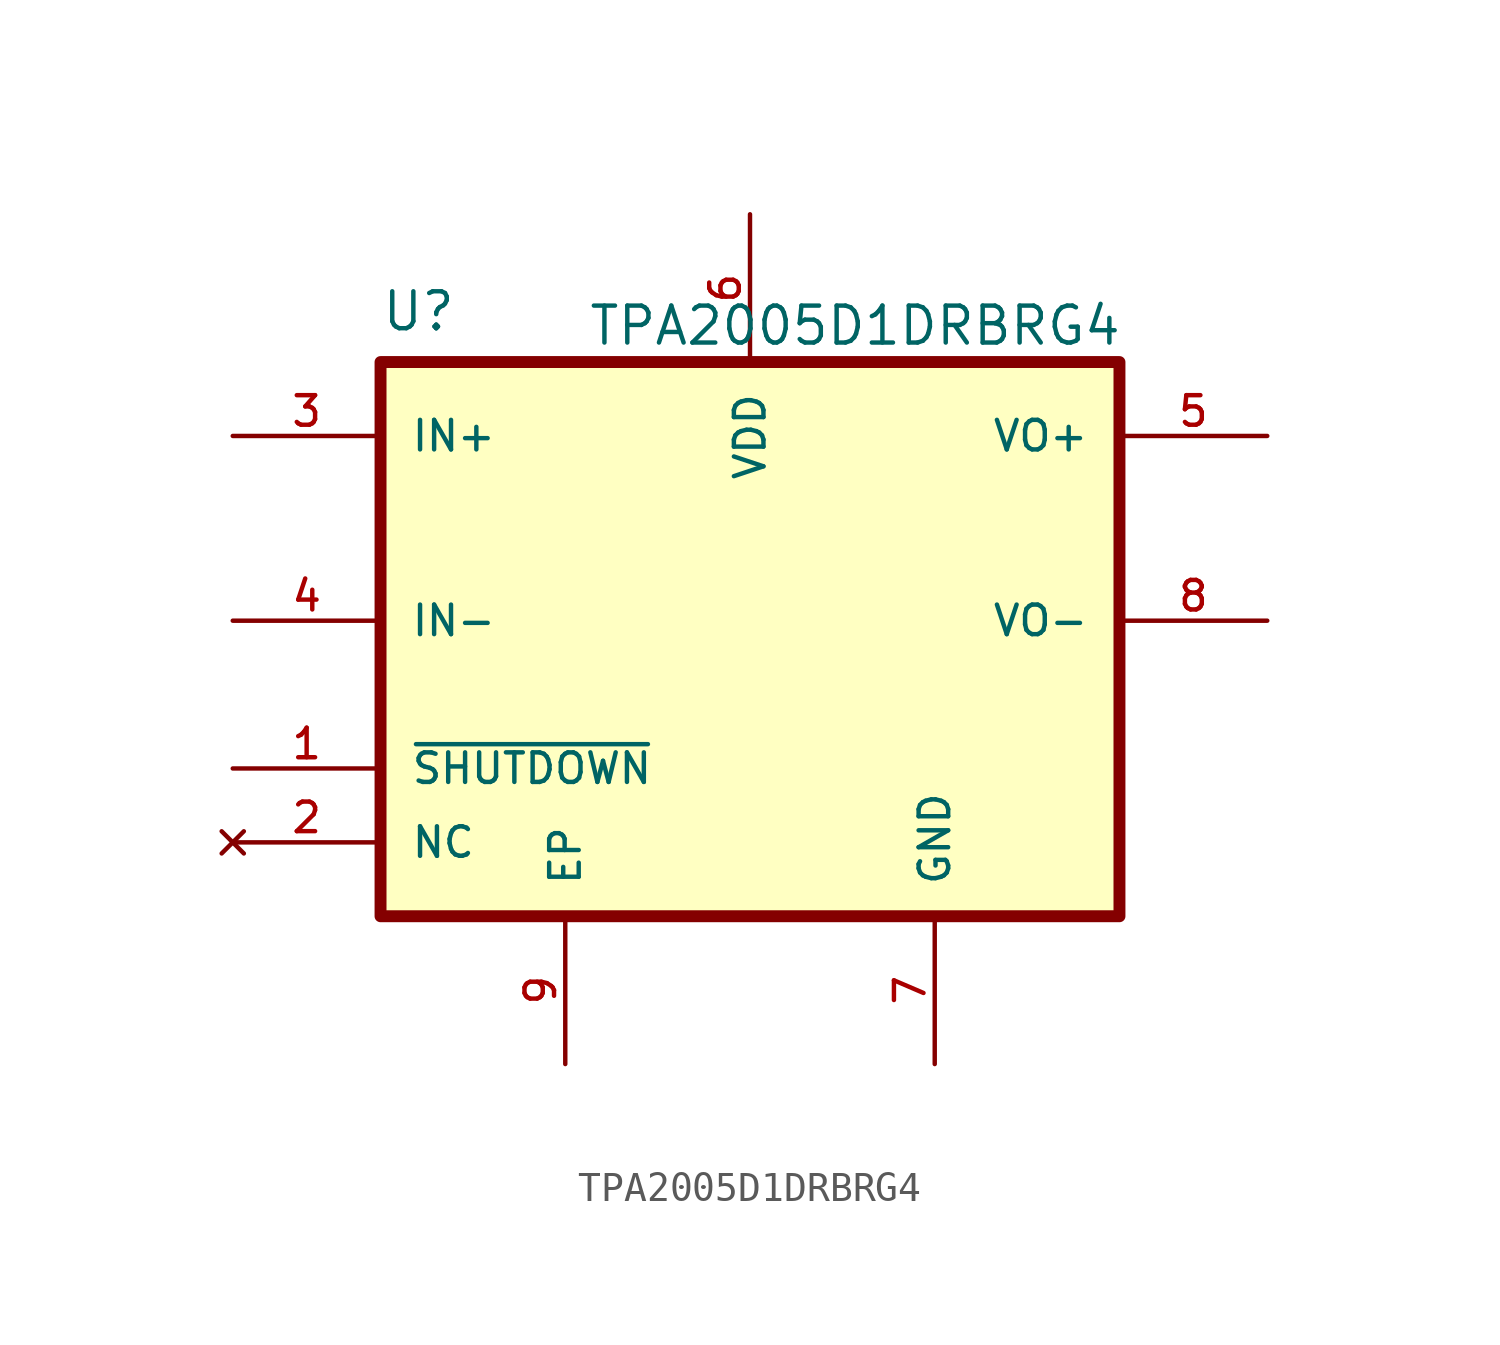
<source format=kicad_sym>
(kicad_symbol_lib
  (version 20231120)
  (generator "kicad_symbol_editor")
  (generator_version "8.0")
  (symbol "TPA2005D1DRBRG4"
    (pin_names
      (offset 1.016))
    (property "Reference" "U"
      (at -12.7 9.89 0)
      (effects (font (size 1.27 1.27)) (justify left bottom)))
    (property "Value" "TPA2005D1DRBRG4"
      (at -5.588 9.398 0)
      (effects (font (size 1.27 1.27)) (justify left bottom)))
    (symbol "TPA2005D1DRBRG4_0_0"
      (rectangle (start -12.7 8.89) (end 12.7 -10.16) (stroke (width 0.41) (type default)) (fill (type background)))
      (pin input line (at -17.78 -5.08 0) (length 5.08) (name "~{SHUTDOWN}" (effects (font (size 1.016 1.016)))) (number "1" (effects (font (size 1.016 1.016)))))
      (pin input line (at -17.78 6.35 0) (length 5.08) (name "IN+" (effects (font (size 1.016 1.016)))) (number "3" (effects (font (size 1.016 1.016)))))
      (pin input line (at -17.78 0 0) (length 5.08) (name "IN-" (effects (font (size 1.016 1.016)))) (number "4" (effects (font (size 1.016 1.016)))))
      (pin output line (at 17.78 6.35 180) (length 5.08) (name "VO+" (effects (font (size 1.016 1.016)))) (number "5" (effects (font (size 1.016 1.016)))))
      (pin power_in line (at 0 13.97 270) (length 5.08) (name "VDD" (effects (font (size 1.016 1.016)))) (number "6" (effects (font (size 1.016 1.016)))))
      (pin power_in line (at 6.35 -15.24 90) (length 5.08) (name "GND" (effects (font (size 1.016 1.016)))) (number "7" (effects (font (size 1.016 1.016)))))
      (pin output line (at 17.78 0 180) (length 5.08) (name "VO-" (effects (font (size 1.016 1.016)))) (number "8" (effects (font (size 1.016 1.016))))))
    (symbol "TPA2005D1DRBRG4_1_1"
      (pin no_connect line (at -17.78 -7.62 0) (length 5.08) (name "NC" (effects (font (size 1.016 1.016)))) (number "2" (effects (font (size 1.016 1.016)))))
      (pin power_in line (at -6.35 -15.24 90) (length 5.08) (name "EP" (effects (font (size 1.016 1.016)))) (number "9" (effects (font (size 1.016 1.016))))))))
</source>
